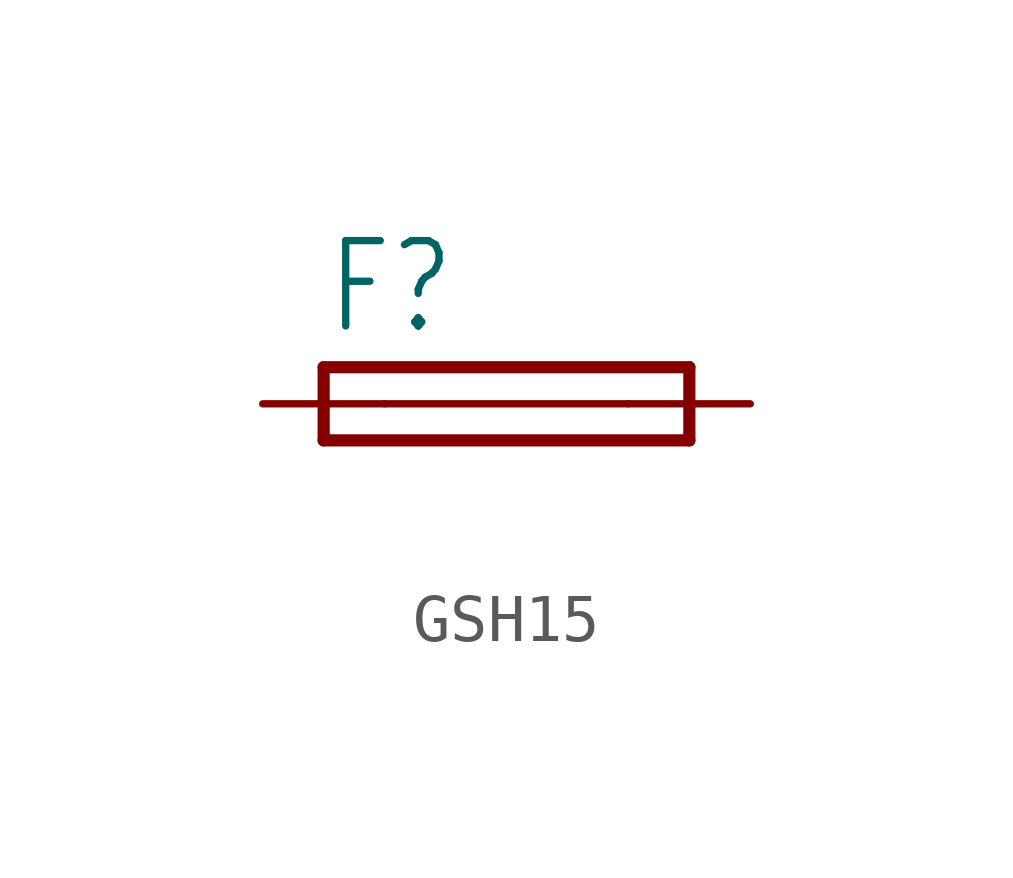
<source format=kicad_sym>
(kicad_symbol_lib
  (version 20220914)
  (generator kicad_symbol_editor)
  (symbol "GSH15"
    (property "Reference" "F"
      (at -3.81 1.397 0)
      (effects (font (size 1.778 1.511)) (justify left bottom)))
    (property "Value" ""
      (at -3.81 -2.921 0)
      (effects (font (size 1.778 1.511)) (justify left bottom)))
    (property "ki_locked" ""
      (at 0 0 0)
      (effects (font (size 1.27 1.27))))
    (symbol "GSH15_1_0"
      (polyline (pts (xy -3.81 -0.762) (xy 3.81 -0.762)) (stroke (width 0.254) (type solid)) (fill (type none)))
      (polyline (pts (xy -3.81 0.762) (xy -3.81 -0.762)) (stroke (width 0.254) (type solid)) (fill (type none)))
      (polyline (pts (xy -2.54 0) (xy 2.54 0)) (stroke (width 0.152) (type solid)) (fill (type none)))
      (polyline (pts (xy 3.81 -0.762) (xy 3.81 0.762)) (stroke (width 0.254) (type solid)) (fill (type none)))
      (polyline (pts (xy 3.81 0.762) (xy -3.81 0.762)) (stroke (width 0.254) (type solid)) (fill (type none)))
      (pin passive line (at -5.08 0 0) (length 2.54) (name "1" (effects (font (size 0 0)))) (number "1" (effects (font (size 0 0)))))
      (pin passive line (at 5.08 0 180) (length 2.54) (name "2" (effects (font (size 0 0)))) (number "2" (effects (font (size 0 0))))))))
</source>
